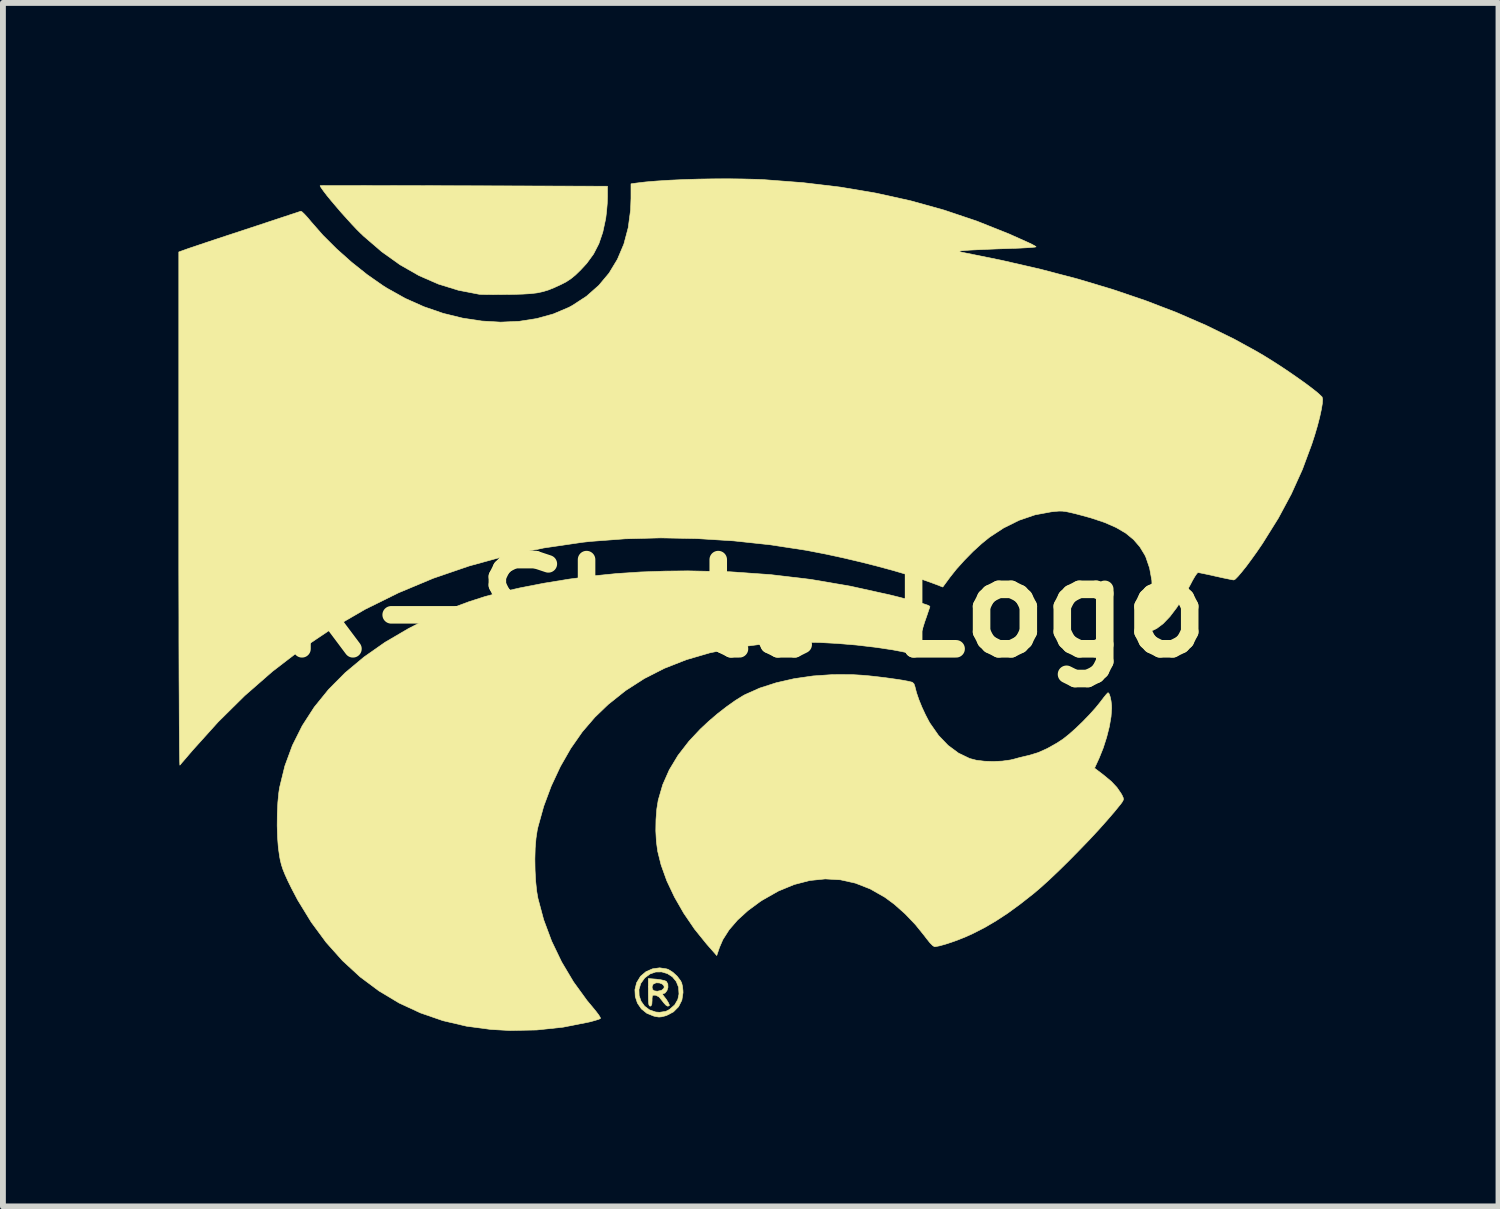
<source format=kicad_pcb>
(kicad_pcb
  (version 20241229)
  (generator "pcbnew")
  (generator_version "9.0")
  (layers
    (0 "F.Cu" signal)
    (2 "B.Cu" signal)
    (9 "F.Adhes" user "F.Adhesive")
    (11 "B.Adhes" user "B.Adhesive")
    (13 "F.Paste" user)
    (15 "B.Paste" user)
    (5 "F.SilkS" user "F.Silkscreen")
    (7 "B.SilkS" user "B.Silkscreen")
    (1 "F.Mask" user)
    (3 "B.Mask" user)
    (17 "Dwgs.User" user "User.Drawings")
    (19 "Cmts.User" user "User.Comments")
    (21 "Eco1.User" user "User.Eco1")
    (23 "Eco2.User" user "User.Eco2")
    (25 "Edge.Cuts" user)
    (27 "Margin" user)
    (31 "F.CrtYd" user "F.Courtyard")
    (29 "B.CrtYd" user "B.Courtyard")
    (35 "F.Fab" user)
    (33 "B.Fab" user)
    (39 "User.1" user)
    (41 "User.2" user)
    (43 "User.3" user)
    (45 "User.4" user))
  (footprint "K-State Logo"
    (layer "F.Cu")
    (at 9.657 7.346)
    (property "Reference" "K-State Logo" (at 0 0 0) (layer "F.SilkS") (effects (font (size 1.524 1.524) (thickness 0.3))))
    (attr through_hole)
    (fp_poly (pts (xy -1.492 6.334) (xy -1.416 6.344) (xy -1.354 6.358) (xy -1.323 6.371) (xy -1.297 6.416) (xy -1.294 6.473) (xy -1.312 6.53) (xy -1.345 6.571) (xy -1.381 6.583) (xy -1.385 6.596) (xy -1.364 6.627) (xy -1.361 6.63) (xy -1.322 6.68) (xy -1.289 6.734) (xy -1.271 6.775) (xy -1.27 6.783) (xy -1.287 6.793) (xy -1.3 6.795) (xy -1.329 6.778) (xy -1.368 6.736) (xy -1.391 6.705) (xy -1.445 6.639) (xy -1.497 6.61) (xy -1.509 6.608) (xy -1.544 6.607) (xy -1.561 6.621) (xy -1.566 6.661) (xy -1.566 6.698) (xy -1.57 6.761) (xy -1.584 6.79) (xy -1.598 6.795) (xy -1.612 6.788) (xy -1.622 6.764) (xy -1.627 6.715) (xy -1.629 6.635) (xy -1.63 6.559) (xy -1.63 6.466) (xy -1.567 6.466) (xy -1.558 6.51) (xy -1.529 6.533) (xy -1.477 6.54) (xy -1.418 6.528) (xy -1.396 6.519) (xy -1.361 6.486) (xy -1.361 6.45) (xy -1.39 6.418) (xy -1.441 6.398) (xy -1.498 6.396) (xy -1.548 6.419) (xy -1.567 6.466) (xy -1.63 6.466) (xy -1.63 6.323) (xy -1.492 6.334)) (stroke (width 0.01) (type solid)) (fill yes) (layer "F.SilkS"))
    (fp_poly (pts (xy -1.318 6.158) (xy -1.288 6.168) (xy -1.211 6.216) (xy -1.136 6.285) (xy -1.078 6.362) (xy -1.06 6.399) (xy -1.046 6.457) (xy -1.038 6.532) (xy -1.037 6.564) (xy -1.057 6.693) (xy -1.113 6.804) (xy -1.201 6.893) (xy -1.316 6.953) (xy -1.344 6.962) (xy -1.405 6.977) (xy -1.448 6.981) (xy -1.496 6.974) (xy -1.536 6.965) (xy -1.655 6.917) (xy -1.749 6.841) (xy -1.816 6.743) (xy -1.853 6.631) (xy -1.859 6.513) (xy -1.858 6.51) (xy -1.79 6.51) (xy -1.787 6.614) (xy -1.754 6.711) (xy -1.694 6.795) (xy -1.609 6.859) (xy -1.503 6.895) (xy -1.438 6.9) (xy -1.331 6.884) (xy -1.27 6.853) (xy -1.179 6.773) (xy -1.126 6.681) (xy -1.106 6.588) (xy -1.113 6.472) (xy -1.153 6.373) (xy -1.218 6.294) (xy -1.303 6.239) (xy -1.4 6.21) (xy -1.503 6.211) (xy -1.603 6.246) (xy -1.691 6.312) (xy -1.759 6.407) (xy -1.79 6.51) (xy -1.858 6.51) (xy -1.83 6.395) (xy -1.764 6.286) (xy -1.761 6.283) (xy -1.67 6.206) (xy -1.558 6.157) (xy -1.436 6.14) (xy -1.318 6.158)) (stroke (width 0.01) (type solid)) (fill yes) (layer "F.SilkS"))
    (fp_poly (pts (xy -6.757 -7.226) (xy -6.563 -7.226) (xy -6.343 -7.225) (xy -6.099 -7.225) (xy -5.834 -7.224) (xy -5.55 -7.224) (xy -5.251 -7.223) (xy -4.938 -7.222) (xy -4.778 -7.222) (xy -2.328 -7.214) (xy -2.328 -7.031) (xy -2.332 -6.917) (xy -2.343 -6.788) (xy -2.357 -6.67) (xy -2.359 -6.657) (xy -2.408 -6.429) (xy -2.475 -6.232) (xy -2.565 -6.057) (xy -2.683 -5.895) (xy -2.783 -5.787) (xy -2.874 -5.698) (xy -2.954 -5.633) (xy -3.034 -5.58) (xy -3.13 -5.531) (xy -3.133 -5.53) (xy -3.242 -5.48) (xy -3.339 -5.441) (xy -3.432 -5.413) (xy -3.53 -5.392) (xy -3.642 -5.379) (xy -3.775 -5.371) (xy -3.938 -5.366) (xy -4.022 -5.365) (xy -4.157 -5.364) (xy -4.282 -5.363) (xy -4.388 -5.364) (xy -4.468 -5.365) (xy -4.515 -5.368) (xy -4.519 -5.368) (xy -4.875 -5.437) (xy -5.218 -5.543) (xy -5.55 -5.688) (xy -5.872 -5.872) (xy -6.186 -6.096) (xy -6.495 -6.362) (xy -6.538 -6.403) (xy -6.611 -6.475) (xy -6.694 -6.563) (xy -6.783 -6.661) (xy -6.875 -6.763) (xy -6.964 -6.867) (xy -7.048 -6.966) (xy -7.121 -7.055) (xy -7.179 -7.131) (xy -7.219 -7.187) (xy -7.237 -7.219) (xy -7.236 -7.225) (xy -7.214 -7.225) (xy -7.153 -7.226) (xy -7.054 -7.226) (xy -6.922 -7.226) (xy -6.757 -7.226)) (stroke (width 0.01) (type solid)) (fill yes) (layer "F.SilkS"))
    (fp_poly (pts (xy -0.237 -0.627) (xy 0.459 -0.578) (xy 1.142 -0.497) (xy 1.821 -0.381) (xy 2.504 -0.23) (xy 2.625 -0.2) (xy 2.795 -0.156) (xy 2.929 -0.121) (xy 3.029 -0.093) (xy 3.101 -0.071) (xy 3.147 -0.055) (xy 3.172 -0.042) (xy 3.181 -0.031) (xy 3.181 -0.029) (xy 3.172 -0.003) (xy 3.152 0.055) (xy 3.125 0.136) (xy 3.091 0.232) (xy 3.089 0.239) (xy 3.034 0.416) (xy 3 0.567) (xy 2.991 0.643) (xy 2.979 0.796) (xy 2.807 0.758) (xy 2.54 0.706) (xy 2.242 0.662) (xy 1.927 0.625) (xy 1.605 0.598) (xy 1.288 0.581) (xy 0.989 0.576) (xy 0.794 0.579) (xy 0.304 0.611) (xy -0.154 0.671) (xy -0.582 0.759) (xy -0.982 0.876) (xy -1.354 1.022) (xy -1.7 1.198) (xy -2.02 1.404) (xy -2.317 1.641) (xy -2.543 1.858) (xy -2.758 2.108) (xy -2.956 2.392) (xy -3.134 2.703) (xy -3.289 3.035) (xy -3.417 3.379) (xy -3.515 3.731) (xy -3.528 3.789) (xy -3.549 3.927) (xy -3.563 4.095) (xy -3.568 4.281) (xy -3.565 4.473) (xy -3.555 4.661) (xy -3.537 4.832) (xy -3.516 4.953) (xy -3.418 5.319) (xy -3.282 5.684) (xy -3.111 6.04) (xy -2.908 6.381) (xy -2.678 6.698) (xy -2.583 6.812) (xy -2.523 6.885) (xy -2.477 6.946) (xy -2.451 6.989) (xy -2.448 7.006) (xy -2.476 7.019) (xy -2.534 7.037) (xy -2.612 7.059) (xy -2.646 7.067) (xy -3.086 7.154) (xy -3.537 7.202) (xy -3.994 7.211) (xy -4.318 7.193) (xy -4.737 7.137) (xy -5.139 7.043) (xy -5.522 6.911) (xy -5.887 6.742) (xy -6.231 6.536) (xy -6.554 6.295) (xy -6.855 6.018) (xy -7.134 5.706) (xy -7.389 5.36) (xy -7.621 4.981) (xy -7.725 4.783) (xy -7.79 4.651) (xy -7.837 4.547) (xy -7.872 4.461) (xy -7.898 4.382) (xy -7.918 4.301) (xy -7.929 4.243) (xy -7.951 4.09) (xy -7.965 3.909) (xy -7.971 3.711) (xy -7.969 3.509) (xy -7.96 3.316) (xy -7.943 3.144) (xy -7.93 3.059) (xy -7.84 2.691) (xy -7.711 2.34) (xy -7.543 2.004) (xy -7.337 1.685) (xy -7.092 1.383) (xy -6.809 1.098) (xy -6.488 0.83) (xy -6.13 0.579) (xy -5.734 0.347) (xy -5.514 0.233) (xy -5.234 0.101) (xy -4.965 -0.014) (xy -4.698 -0.114) (xy -4.425 -0.202) (xy -4.136 -0.28) (xy -3.825 -0.351) (xy -3.481 -0.418) (xy -3.402 -0.433) (xy -2.979 -0.502) (xy -2.573 -0.556) (xy -2.174 -0.596) (xy -1.769 -0.623) (xy -1.345 -0.638) (xy -0.953 -0.642) (xy -0.237 -0.627)) (stroke (width 0.01) (type solid)) (fill yes) (layer "F.SilkS"))
    (fp_poly (pts (xy 1.863 1.131) (xy 2.011 1.14) (xy 2.142 1.151) (xy 2.286 1.167) (xy 2.434 1.185) (xy 2.576 1.205) (xy 2.703 1.224) (xy 2.806 1.243) (xy 2.877 1.26) (xy 2.881 1.261) (xy 2.909 1.288) (xy 2.928 1.343) (xy 2.929 1.35) (xy 2.953 1.442) (xy 2.993 1.559) (xy 3.045 1.687) (xy 3.105 1.816) (xy 3.166 1.933) (xy 3.186 1.966) (xy 3.329 2.17) (xy 3.491 2.339) (xy 3.669 2.471) (xy 3.862 2.564) (xy 3.863 2.564) (xy 3.974 2.593) (xy 4.113 2.61) (xy 4.265 2.615) (xy 4.417 2.608) (xy 4.555 2.589) (xy 4.614 2.575) (xy 4.713 2.548) (xy 4.822 2.522) (xy 4.885 2.507) (xy 5.029 2.463) (xy 5.188 2.392) (xy 5.353 2.299) (xy 5.458 2.23) (xy 5.555 2.153) (xy 5.668 2.053) (xy 5.789 1.937) (xy 5.907 1.815) (xy 6.013 1.697) (xy 6.098 1.592) (xy 6.105 1.582) (xy 6.155 1.517) (xy 6.196 1.467) (xy 6.222 1.441) (xy 6.226 1.439) (xy 6.244 1.459) (xy 6.261 1.509) (xy 6.276 1.579) (xy 6.285 1.657) (xy 6.286 1.705) (xy 6.276 1.849) (xy 6.247 2.018) (xy 6.201 2.2) (xy 6.143 2.382) (xy 6.074 2.554) (xy 6.064 2.576) (xy 5.994 2.728) (xy 6.151 2.848) (xy 6.28 2.955) (xy 6.376 3.057) (xy 6.448 3.162) (xy 6.465 3.192) (xy 6.485 3.237) (xy 6.487 3.269) (xy 6.468 3.305) (xy 6.442 3.341) (xy 6.339 3.468) (xy 6.21 3.618) (xy 6.062 3.784) (xy 5.899 3.959) (xy 5.727 4.137) (xy 5.553 4.314) (xy 5.382 4.482) (xy 5.22 4.636) (xy 5.073 4.769) (xy 4.953 4.871) (xy 4.724 5.051) (xy 4.513 5.205) (xy 4.313 5.336) (xy 4.116 5.452) (xy 3.912 5.556) (xy 3.891 5.566) (xy 3.785 5.613) (xy 3.668 5.66) (xy 3.549 5.703) (xy 3.438 5.739) (xy 3.343 5.765) (xy 3.274 5.778) (xy 3.26 5.779) (xy 3.23 5.761) (xy 3.182 5.713) (xy 3.121 5.637) (xy 3.088 5.593) (xy 2.933 5.401) (xy 2.757 5.217) (xy 2.572 5.053) (xy 2.409 4.933) (xy 2.161 4.792) (xy 1.908 4.693) (xy 1.652 4.636) (xy 1.392 4.621) (xy 1.128 4.648) (xy 0.862 4.717) (xy 0.593 4.828) (xy 0.323 4.981) (xy 0.278 5.01) (xy 0.071 5.163) (xy -0.106 5.324) (xy -0.25 5.491) (xy -0.357 5.659) (xy -0.414 5.791) (xy -0.461 5.93) (xy -0.634 5.733) (xy -0.84 5.478) (xy -1.024 5.208) (xy -1.183 4.931) (xy -1.314 4.654) (xy -1.412 4.381) (xy -1.47 4.148) (xy -1.492 3.984) (xy -1.502 3.799) (xy -1.499 3.608) (xy -1.485 3.427) (xy -1.461 3.277) (xy -1.384 3.012) (xy -1.272 2.758) (xy -1.123 2.511) (xy -0.936 2.269) (xy -0.743 2.063) (xy -0.602 1.931) (xy -0.449 1.8) (xy -0.293 1.679) (xy -0.144 1.573) (xy -0.01 1.49) (xy 0.021 1.473) (xy 0.272 1.361) (xy 0.554 1.27) (xy 0.86 1.2) (xy 1.185 1.153) (xy 1.521 1.13) (xy 1.863 1.131)) (stroke (width 0.01) (type solid)) (fill yes) (layer "F.SilkS"))
    (fp_poly (pts (xy -0.014 -7.338) (xy 0.213 -7.332) (xy 0.349 -7.326) (xy 1.015 -7.275) (xy 1.651 -7.199) (xy 2.262 -7.096) (xy 2.85 -6.966) (xy 3.422 -6.807) (xy 3.981 -6.619) (xy 4.531 -6.4) (xy 4.862 -6.252) (xy 4.928 -6.22) (xy 4.976 -6.194) (xy 4.995 -6.179) (xy 4.995 -6.179) (xy 4.975 -6.174) (xy 4.919 -6.169) (xy 4.834 -6.163) (xy 4.726 -6.157) (xy 4.601 -6.152) (xy 4.588 -6.152) (xy 4.35 -6.144) (xy 4.153 -6.136) (xy 3.993 -6.129) (xy 3.869 -6.123) (xy 3.777 -6.116) (xy 3.717 -6.111) (xy 3.684 -6.105) (xy 3.678 -6.099) (xy 3.696 -6.093) (xy 3.704 -6.091) (xy 4.409 -5.948) (xy 5.075 -5.795) (xy 5.704 -5.63) (xy 6.299 -5.452) (xy 6.862 -5.261) (xy 7.394 -5.057) (xy 7.898 -4.838) (xy 8.376 -4.604) (xy 8.766 -4.39) (xy 8.9 -4.311) (xy 9.043 -4.222) (xy 9.192 -4.126) (xy 9.339 -4.027) (xy 9.48 -3.929) (xy 9.609 -3.837) (xy 9.72 -3.753) (xy 9.809 -3.682) (xy 9.868 -3.627) (xy 9.882 -3.613) (xy 9.891 -3.574) (xy 9.886 -3.501) (xy 9.869 -3.398) (xy 9.841 -3.27) (xy 9.803 -3.122) (xy 9.755 -2.959) (xy 9.705 -2.805) (xy 9.545 -2.374) (xy 9.356 -1.956) (xy 9.135 -1.544) (xy 8.876 -1.129) (xy 8.858 -1.101) (xy 8.763 -0.962) (xy 8.671 -0.834) (xy 8.586 -0.719) (xy 8.509 -0.623) (xy 8.446 -0.549) (xy 8.4 -0.502) (xy 8.374 -0.487) (xy 8.343 -0.491) (xy 8.28 -0.504) (xy 8.192 -0.522) (xy 8.089 -0.545) (xy 8.065 -0.55) (xy 7.96 -0.574) (xy 7.869 -0.593) (xy 7.801 -0.607) (xy 7.764 -0.613) (xy 7.761 -0.614) (xy 7.742 -0.596) (xy 7.709 -0.548) (xy 7.668 -0.478) (xy 7.637 -0.418) (xy 7.518 -0.201) (xy 7.399 -0.015) (xy 7.281 0.14) (xy 7.167 0.259) (xy 7.058 0.341) (xy 6.997 0.371) (xy 6.938 0.39) (xy 6.897 0.398) (xy 6.887 0.396) (xy 6.887 0.372) (xy 6.896 0.317) (xy 6.913 0.241) (xy 6.921 0.208) (xy 6.966 -0.022) (xy 6.983 -0.254) (xy 6.973 -0.479) (xy 6.935 -0.689) (xy 6.871 -0.876) (xy 6.854 -0.912) (xy 6.768 -1.053) (xy 6.661 -1.177) (xy 6.527 -1.287) (xy 6.363 -1.383) (xy 6.167 -1.469) (xy 5.933 -1.547) (xy 5.792 -1.586) (xy 5.667 -1.619) (xy 5.574 -1.641) (xy 5.503 -1.656) (xy 5.444 -1.663) (xy 5.389 -1.664) (xy 5.329 -1.659) (xy 5.254 -1.651) (xy 4.979 -1.6) (xy 4.706 -1.507) (xy 4.44 -1.375) (xy 4.202 -1.219) (xy 4.065 -1.108) (xy 3.917 -0.973) (xy 3.77 -0.823) (xy 3.634 -0.672) (xy 3.526 -0.536) (xy 3.401 -0.366) (xy 3.243 -0.427) (xy 3.047 -0.497) (xy 2.815 -0.572) (xy 2.557 -0.648) (xy 2.28 -0.723) (xy 1.991 -0.796) (xy 1.698 -0.865) (xy 1.408 -0.928) (xy 1.13 -0.982) (xy 1.067 -0.994) (xy 0.453 -1.088) (xy -0.172 -1.155) (xy -0.799 -1.194) (xy -1.42 -1.206) (xy -2.027 -1.19) (xy -2.613 -1.146) (xy -2.752 -1.131) (xy -3.414 -1.034) (xy -4.061 -0.899) (xy -4.691 -0.726) (xy -5.304 -0.516) (xy -5.897 -0.268) (xy -6.47 0.015) (xy -7.021 0.335) (xy -7.551 0.69) (xy -7.556 0.695) (xy -8.052 1.076) (xy -8.526 1.49) (xy -8.98 1.939) (xy -9.417 2.424) (xy -9.489 2.508) (xy -9.552 2.582) (xy -9.601 2.638) (xy -9.629 2.672) (xy -9.634 2.677) (xy -9.635 2.658) (xy -9.637 2.598) (xy -9.639 2.5) (xy -9.641 2.365) (xy -9.642 2.194) (xy -9.644 1.99) (xy -9.645 1.754) (xy -9.646 1.489) (xy -9.648 1.194) (xy -9.649 0.874) (xy -9.65 0.528) (xy -9.65 0.16) (xy -9.651 -0.23) (xy -9.652 -0.639) (xy -9.652 -1.066) (xy -9.652 -1.509) (xy -9.652 -1.697) (xy -9.652 -6.091) (xy -9.53 -6.135) (xy -9.485 -6.151) (xy -9.404 -6.178) (xy -9.292 -6.216) (xy -9.155 -6.262) (xy -8.996 -6.315) (xy -8.821 -6.373) (xy -8.634 -6.434) (xy -8.498 -6.479) (xy -8.31 -6.541) (xy -8.135 -6.599) (xy -7.975 -6.652) (xy -7.836 -6.698) (xy -7.722 -6.736) (xy -7.636 -6.764) (xy -7.582 -6.782) (xy -7.566 -6.787) (xy -7.545 -6.775) (xy -7.504 -6.736) (xy -7.449 -6.676) (xy -7.394 -6.61) (xy -7.19 -6.377) (xy -6.955 -6.143) (xy -6.7 -5.916) (xy -6.434 -5.704) (xy -6.168 -5.518) (xy -6.095 -5.472) (xy -5.784 -5.298) (xy -5.463 -5.155) (xy -5.135 -5.042) (xy -4.805 -4.961) (xy -4.476 -4.911) (xy -4.153 -4.892) (xy -3.838 -4.906) (xy -3.537 -4.953) (xy -3.252 -5.032) (xy -2.988 -5.144) (xy -2.929 -5.176) (xy -2.688 -5.333) (xy -2.478 -5.518) (xy -2.301 -5.729) (xy -2.158 -5.965) (xy -2.048 -6.225) (xy -1.973 -6.507) (xy -1.933 -6.81) (xy -1.926 -7.007) (xy -1.926 -7.255) (xy -1.836 -7.268) (xy -1.678 -7.287) (xy -1.485 -7.303) (xy -1.264 -7.317) (xy -1.024 -7.328) (xy -0.771 -7.336) (xy -0.514 -7.34) (xy -0.259 -7.341) (xy -0.014 -7.338)) (stroke (width 0.01) (type solid)) (fill yes) (layer "F.SilkS")))
  (gr_rect
    (start -3 -3)
    (end 22.553 17.562)
    (stroke (width 0.1) (type default))
    (fill no)
    (layer "Edge.Cuts")))
</source>
